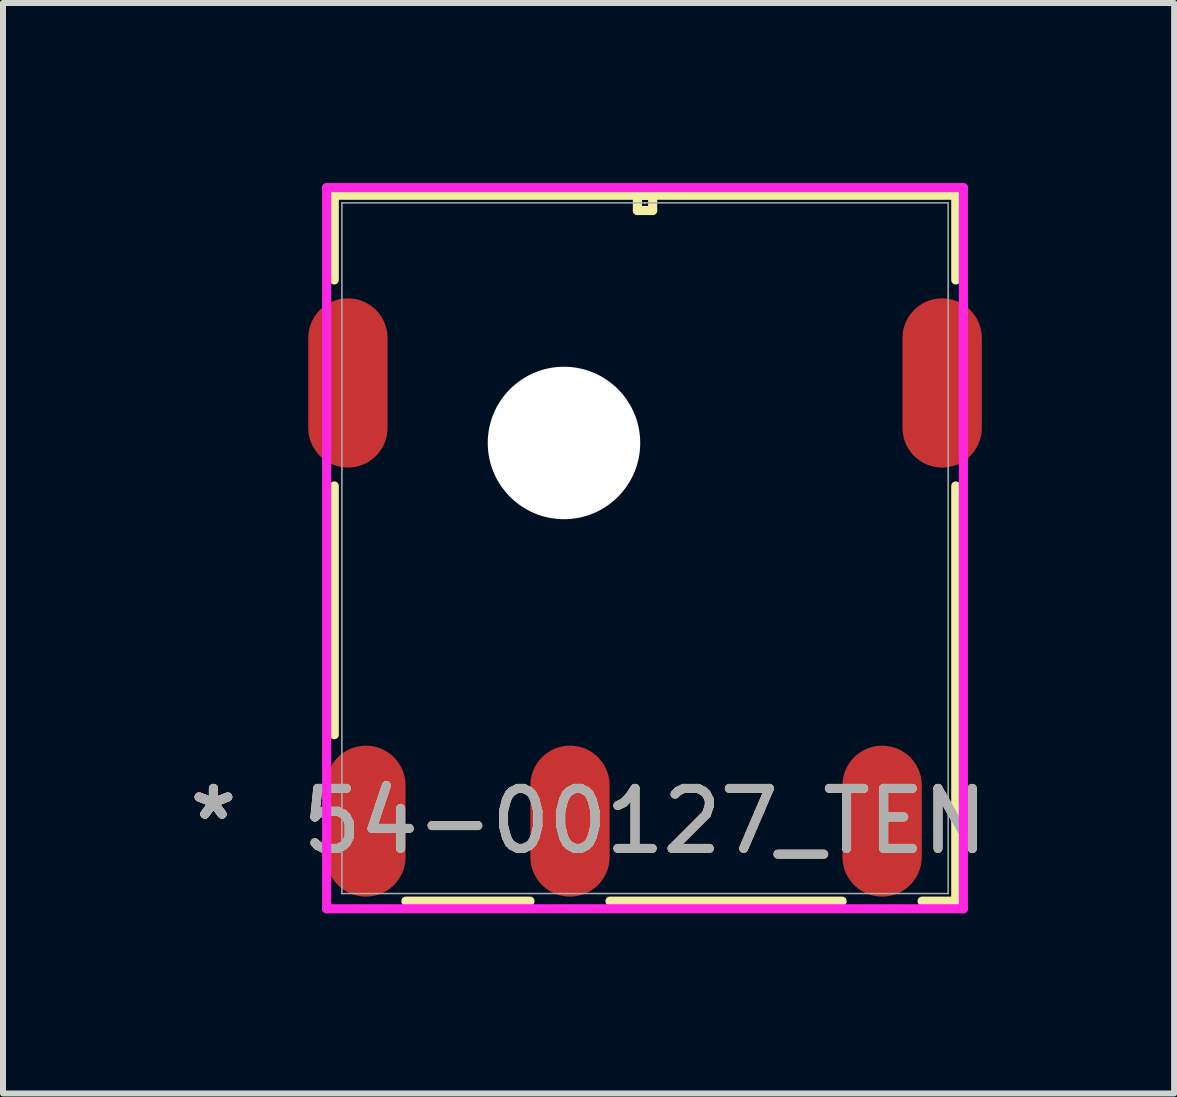
<source format=kicad_pcb>
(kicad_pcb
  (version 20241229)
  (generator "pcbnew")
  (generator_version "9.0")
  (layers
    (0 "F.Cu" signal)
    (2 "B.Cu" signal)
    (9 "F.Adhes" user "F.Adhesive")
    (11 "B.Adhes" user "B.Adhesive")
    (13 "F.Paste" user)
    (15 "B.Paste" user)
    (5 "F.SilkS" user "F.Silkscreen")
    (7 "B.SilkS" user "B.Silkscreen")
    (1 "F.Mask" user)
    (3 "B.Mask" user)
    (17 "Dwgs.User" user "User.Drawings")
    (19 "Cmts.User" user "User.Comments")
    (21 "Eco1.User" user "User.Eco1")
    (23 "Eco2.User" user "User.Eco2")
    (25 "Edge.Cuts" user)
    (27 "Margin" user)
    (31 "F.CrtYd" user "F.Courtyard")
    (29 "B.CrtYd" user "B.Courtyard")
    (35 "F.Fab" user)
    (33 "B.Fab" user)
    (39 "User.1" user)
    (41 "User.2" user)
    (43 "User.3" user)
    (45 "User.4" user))
  (footprint "54-00127_TEN"
    (layer "F.Cu")
    (at 3.046 10.63)
    (property "Reference" "54-00127_TEN" (at 4.65 0 0) (unlocked yes) (layer "F.SilkS") (effects (font (size 1 1) (thickness 0.15))))
    (attr smd)
    (fp_line (start -0.527 -10.427) (end -0.527 -9.016) (stroke (width 0.152) (type solid)) (layer "F.SilkS"))
    (fp_line (start -0.527 -5.584) (end -0.527 -1.439) (stroke (width 0.152) (type solid)) (layer "F.SilkS"))
    (fp_line (start 0.666 1.333) (end 2.734 1.333) (stroke (width 0.152) (type solid)) (layer "F.SilkS"))
    (fp_line (start 4.066 1.333) (end 7.934 1.333) (stroke (width 0.152) (type solid)) (layer "F.SilkS"))
    (fp_line (start 4.523 -10.427) (end 4.523 -10.173) (stroke (width 0.152) (type solid)) (layer "F.SilkS"))
    (fp_line (start 4.523 -10.173) (end 4.777 -10.173) (stroke (width 0.152) (type solid)) (layer "F.SilkS"))
    (fp_line (start 4.777 -10.427) (end 4.523 -10.427) (stroke (width 0.152) (type solid)) (layer "F.SilkS"))
    (fp_line (start 4.777 -10.173) (end 4.777 -10.427) (stroke (width 0.152) (type solid)) (layer "F.SilkS"))
    (fp_line (start 9.266 1.333) (end 9.827 1.333) (stroke (width 0.152) (type solid)) (layer "F.SilkS"))
    (fp_line (start 9.827 -10.427) (end -0.527 -10.427) (stroke (width 0.152) (type solid)) (layer "F.SilkS"))
    (fp_line (start 9.827 -9.016) (end 9.827 -10.427) (stroke (width 0.152) (type solid)) (layer "F.SilkS"))
    (fp_line (start 9.827 1.333) (end 9.827 -5.584) (stroke (width 0.152) (type solid)) (layer "F.SilkS"))
    (fp_line (start -0.654 -10.554) (end -0.654 1.46) (stroke (width 0.152) (type solid)) (layer "F.CrtYd"))
    (fp_line (start -0.654 1.46) (end 9.954 1.46) (stroke (width 0.152) (type solid)) (layer "F.CrtYd"))
    (fp_line (start 9.954 -10.554) (end -0.654 -10.554) (stroke (width 0.152) (type solid)) (layer "F.CrtYd"))
    (fp_line (start 9.954 1.46) (end 9.954 -10.554) (stroke (width 0.152) (type solid)) (layer "F.CrtYd"))
    (fp_line (start -0.4 -10.3) (end -0.4 1.206) (stroke (width 0.025) (type solid)) (layer "F.Fab"))
    (fp_line (start -0.4 1.206) (end 9.7 1.206) (stroke (width 0.025) (type solid)) (layer "F.Fab"))
    (fp_line (start 4.65 -10.3) (end 4.65 -10.3) (stroke (width 0.025) (type solid)) (layer "F.Fab"))
    (fp_line (start 4.65 -10.3) (end 4.65 -10.3) (stroke (width 0.025) (type solid)) (layer "F.Fab"))
    (fp_line (start 4.65 -10.3) (end 4.65 -10.3) (stroke (width 0.025) (type solid)) (layer "F.Fab"))
    (fp_line (start 4.65 -10.3) (end 4.65 -10.3) (stroke (width 0.025) (type solid)) (layer "F.Fab"))
    (fp_line (start 9.7 -10.3) (end -0.4 -10.3) (stroke (width 0.025) (type solid)) (layer "F.Fab"))
    (fp_line (start 9.7 1.206) (end 9.7 -10.3) (stroke (width 0.025) (type solid)) (layer "F.Fab"))
    (fp_text user "*" (at -2.54 0 0) (layer "F.SilkS") (effects (font (size 1 1) (thickness 0.15))))
    (fp_text user "*" (at -2.54 0 0) (unlocked yes) (layer "F.SilkS") (effects (font (size 1 1) (thickness 0.15))))
    (fp_text user "*" (at -2.54 0 0) (unlocked yes) (layer "F.Fab") (effects (font (size 1 1) (thickness 0.15))))
    (fp_text user "${REFERENCE}" (at 4.65 0 0) (unlocked yes) (layer "F.Fab") (effects (font (size 1 1) (thickness 0.15))))
    (fp_text user "*" (at -2.54 0 0) (layer "F.Fab") (effects (font (size 1 1) (thickness 0.15))))
    (pad "" np_thru_hole circle (at 3.3 -6.3) (size 2.54 2.54) (drill 2.54) (layers "*.Cu" "*.Mask"))
    (pad "1" smd oval (at 0 0) (size 1.321 2.515) (layers "F.Cu" "F.Mask" "F.Paste"))
    (pad "2" smd oval (at 8.6 0) (size 1.321 2.515) (layers "F.Cu" "F.Mask" "F.Paste"))
    (pad "3" smd oval (at 3.4 0) (size 1.321 2.515) (layers "F.Cu" "F.Mask" "F.Paste"))
    (pad "4" smd oval (at -0.3 -7.3) (size 1.321 2.819) (layers "F.Cu" "F.Mask" "F.Paste"))
    (pad "5" smd oval (at 9.6 -7.3) (size 1.321 2.819) (layers "F.Cu" "F.Mask" "F.Paste")))
  (gr_rect
    (start -3 -3)
    (end 16.511 15.167)
    (stroke (width 0.1) (type default))
    (fill no)
    (layer "Edge.Cuts")))
</source>
